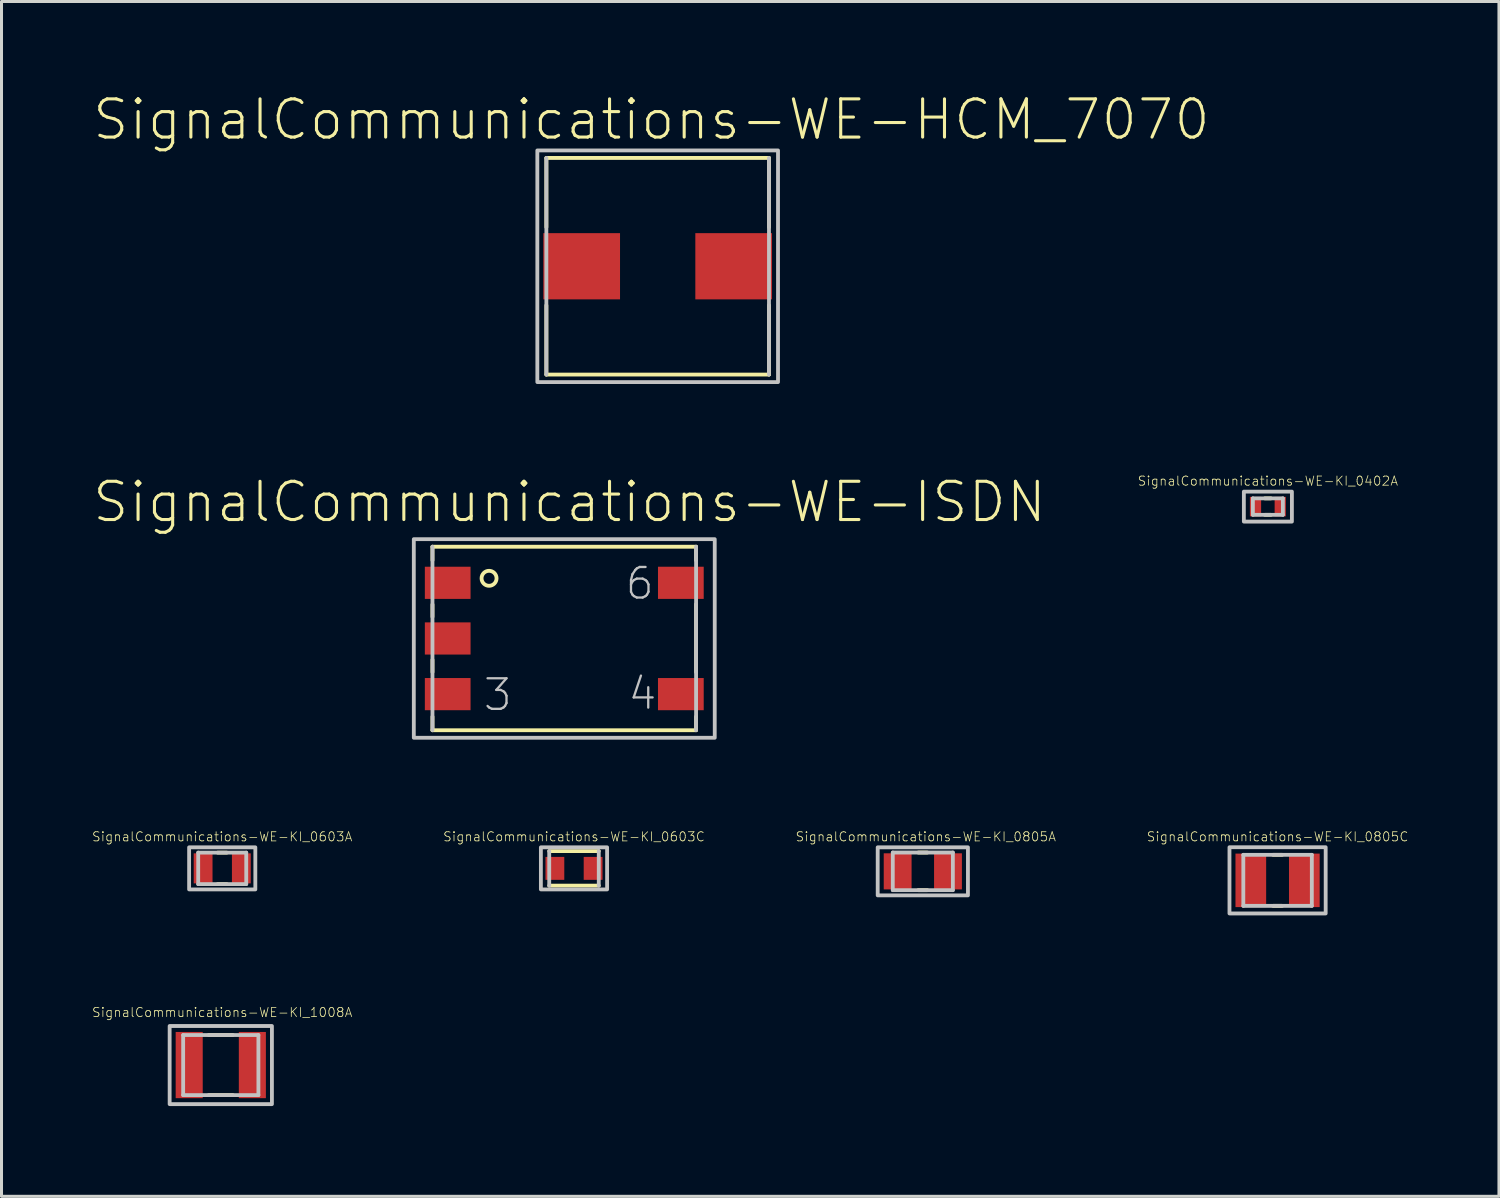
<source format=kicad_pcb>
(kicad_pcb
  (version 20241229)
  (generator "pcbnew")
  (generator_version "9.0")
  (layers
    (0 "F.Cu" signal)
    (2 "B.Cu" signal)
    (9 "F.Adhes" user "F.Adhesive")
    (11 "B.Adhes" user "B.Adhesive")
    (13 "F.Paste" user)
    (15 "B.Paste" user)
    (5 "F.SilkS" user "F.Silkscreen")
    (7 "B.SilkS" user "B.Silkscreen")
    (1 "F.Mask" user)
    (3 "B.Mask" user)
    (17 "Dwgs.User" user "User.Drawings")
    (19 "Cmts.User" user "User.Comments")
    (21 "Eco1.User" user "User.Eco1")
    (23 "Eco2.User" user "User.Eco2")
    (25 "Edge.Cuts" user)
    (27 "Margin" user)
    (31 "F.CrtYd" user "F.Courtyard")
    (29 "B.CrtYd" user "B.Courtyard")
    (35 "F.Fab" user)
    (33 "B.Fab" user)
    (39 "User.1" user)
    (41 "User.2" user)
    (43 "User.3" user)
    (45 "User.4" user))
  (footprint "SignalCommunications-WE-KI_0805C"
    (layer "F.Cu")
    (at 39.395 26.198)
    (property "Reference" "SignalCommunications-WE-KI_0805C" (at 0 -1.45 0) (layer "F.SilkS") (effects (font (size 0.305 0.305) (thickness 0.025))))
    (attr smd)
    (fp_line (start -0.15 -0.848) (end 0.15 -0.848) (stroke (width 0.127) (type solid)) (layer "F.SilkS"))
    (fp_line (start -0.15 0.848) (end 0.15 0.848) (stroke (width 0.127) (type solid)) (layer "F.SilkS"))
    (fp_line (start -1.138 -0.848) (end -1.138 0.848) (stroke (width 0.127) (type solid)) (layer "Dwgs.User"))
    (fp_line (start -1.138 -0.848) (end 1.138 -0.848) (stroke (width 0.127) (type solid)) (layer "Dwgs.User"))
    (fp_line (start -1.138 0.848) (end 1.138 0.848) (stroke (width 0.127) (type solid)) (layer "Dwgs.User"))
    (fp_line (start 1.138 -0.848) (end 1.138 0.848) (stroke (width 0.127) (type solid)) (layer "Dwgs.User"))
    (fp_poly (pts (xy -1.598 -1.1) (xy 1.598 -1.1) (xy 1.598 1.1) (xy -1.598 1.1) (xy -1.598 -1.1)) (stroke (width 0.127) (type solid)) (fill no) (layer "Dwgs.User"))
    (pad "1" smd rect (at -0.889 0) (size 1.019 1.778) (layers "F.Cu" "F.Mask" "F.Paste"))
    (pad "2" smd rect (at 0.889 0) (size 1.019 1.778) (layers "F.Cu" "F.Mask" "F.Paste")))
  (footprint "SignalCommunications-WE-KI_0402A"
    (layer "F.Cu")
    (at 39.073 13.781)
    (property "Reference" "SignalCommunications-WE-KI_0402A" (at 0 -0.851 0) (layer "F.SilkS") (effects (font (size 0.305 0.305) (thickness 0.025))))
    (attr smd)
    (fp_line (start -0.099 -0.274) (end 0.099 -0.274) (stroke (width 0.127) (type solid)) (layer "F.SilkS"))
    (fp_line (start -0.099 0.274) (end 0.099 0.274) (stroke (width 0.127) (type solid)) (layer "F.SilkS"))
    (fp_line (start -0.498 -0.274) (end -0.498 0.274) (stroke (width 0.127) (type solid)) (layer "Dwgs.User"))
    (fp_line (start -0.498 -0.274) (end 0.498 -0.274) (stroke (width 0.127) (type solid)) (layer "Dwgs.User"))
    (fp_line (start -0.498 0.274) (end 0.498 0.274) (stroke (width 0.127) (type solid)) (layer "Dwgs.User"))
    (fp_line (start 0.498 -0.274) (end 0.498 0.274) (stroke (width 0.127) (type solid)) (layer "Dwgs.User"))
    (fp_poly (pts (xy -0.798 -0.498) (xy 0.798 -0.498) (xy 0.798 0.498) (xy -0.798 0.498) (xy -0.798 -0.498)) (stroke (width 0.127) (type solid)) (fill no) (layer "Dwgs.User"))
    (pad "1" smd rect (at -0.411 0) (size 0.373 0.648) (layers "F.Cu" "F.Mask" "F.Paste"))
    (pad "2" smd rect (at 0.411 0) (size 0.373 0.648) (layers "F.Cu" "F.Mask" "F.Paste")))
  (footprint "SignalCommunications-WE-KI_0603A"
    (layer "F.Cu")
    (at 4.333 25.8)
    (property "Reference" "SignalCommunications-WE-KI_0603A" (at 0 -1.052 0) (layer "F.SilkS") (effects (font (size 0.305 0.305) (thickness 0.025))))
    (attr smd)
    (fp_line (start -0.15 -0.523) (end 0.15 -0.523) (stroke (width 0.127) (type solid)) (layer "F.SilkS"))
    (fp_line (start -0.15 0.523) (end 0.15 0.523) (stroke (width 0.127) (type solid)) (layer "F.SilkS"))
    (fp_line (start -0.798 -0.523) (end -0.798 0.523) (stroke (width 0.127) (type solid)) (layer "Dwgs.User"))
    (fp_line (start -0.798 -0.523) (end 0.798 -0.523) (stroke (width 0.127) (type solid)) (layer "Dwgs.User"))
    (fp_line (start -0.798 0.523) (end 0.798 0.523) (stroke (width 0.127) (type solid)) (layer "Dwgs.User"))
    (fp_line (start 0.798 -0.523) (end 0.798 0.523) (stroke (width 0.127) (type solid)) (layer "Dwgs.User"))
    (fp_poly (pts (xy -1.1 -0.699) (xy 1.1 -0.699) (xy 1.1 0.699) (xy -1.1 0.699) (xy -1.1 -0.699)) (stroke (width 0.127) (type solid)) (fill no) (layer "Dwgs.User"))
    (pad "1" smd rect (at -0.635 0) (size 0.625 0.998) (layers "F.Cu" "F.Mask" "F.Paste"))
    (pad "2" smd rect (at 0.635 0) (size 0.625 0.998) (layers "F.Cu" "F.Mask" "F.Paste")))
  (footprint "SignalCommunications-WE-KI_1008A"
    (layer "F.Cu")
    (at 4.285 32.335)
    (property "Reference" "SignalCommunications-WE-KI_1008A" (at 0.048 -1.75 0) (layer "F.SilkS") (effects (font (size 0.305 0.305) (thickness 0.025))))
    (attr smd)
    (fp_line (start -0.399 -0.998) (end 0.399 -0.998) (stroke (width 0.127) (type solid)) (layer "F.SilkS"))
    (fp_line (start -0.399 0.998) (end 0.399 0.998) (stroke (width 0.127) (type solid)) (layer "F.SilkS"))
    (fp_line (start -1.25 -0.998) (end -1.25 0.998) (stroke (width 0.127) (type solid)) (layer "Dwgs.User"))
    (fp_line (start -1.25 -0.998) (end 1.25 -0.998) (stroke (width 0.127) (type solid)) (layer "Dwgs.User"))
    (fp_line (start -1.25 0.998) (end 1.25 0.998) (stroke (width 0.127) (type solid)) (layer "Dwgs.User"))
    (fp_line (start 1.25 -0.998) (end 1.25 0.998) (stroke (width 0.127) (type solid)) (layer "Dwgs.User"))
    (fp_poly (pts (xy -1.699 -1.298) (xy 1.699 -1.298) (xy 1.699 1.298) (xy -1.699 1.298) (xy -1.699 -1.298)) (stroke (width 0.127) (type solid)) (fill no) (layer "Dwgs.User"))
    (pad "1" smd rect (at -1.049 0) (size 0.899 2.2) (layers "F.Cu" "F.Mask" "F.Paste"))
    (pad "2" smd rect (at 1.049 0) (size 0.899 2.2) (layers "F.Cu" "F.Mask" "F.Paste")))
  (footprint "SignalCommunications-WE-KI_0603C"
    (layer "F.Cu")
    (at 16.02 25.8)
    (property "Reference" "SignalCommunications-WE-KI_0603C" (at 0 -1.052 0) (layer "F.SilkS") (effects (font (size 0.305 0.305) (thickness 0.025))))
    (attr smd)
    (fp_line (start -0.823 -0.574) (end 0.823 -0.574) (stroke (width 0.127) (type solid)) (layer "F.SilkS"))
    (fp_line (start -0.823 0.574) (end 0.823 0.574) (stroke (width 0.127) (type solid)) (layer "F.SilkS"))
    (fp_line (start -0.823 -0.574) (end -0.823 0.574) (stroke (width 0.127) (type solid)) (layer "Dwgs.User"))
    (fp_line (start 0.823 -0.574) (end 0.823 0.574) (stroke (width 0.127) (type solid)) (layer "Dwgs.User"))
    (fp_poly (pts (xy -1.1 -0.699) (xy 1.1 -0.699) (xy 1.1 0.699) (xy -1.1 0.699) (xy -1.1 -0.699)) (stroke (width 0.127) (type solid)) (fill no) (layer "Dwgs.User"))
    (pad "1" smd rect (at -0.635 0) (size 0.625 0.762) (layers "F.Cu" "F.Mask" "F.Paste"))
    (pad "2" smd rect (at 0.635 0) (size 0.625 0.762) (layers "F.Cu" "F.Mask" "F.Paste")))
  (footprint "SignalCommunications-WE-HCM_7070"
    (layer "F.Cu")
    (at 18.8 5.796)
    (property "Reference" "SignalCommunications-WE-HCM_7070" (at -0.208 -4.874 0) (layer "F.SilkS") (effects (font (size 1.27 1.27) (thickness 0.102))))
    (attr smd)
    (fp_line (start -3.698 -3.599) (end 3.698 -3.599) (stroke (width 0.127) (type solid)) (layer "F.SilkS"))
    (fp_line (start -3.698 -1.298) (end -3.698 -3.599) (stroke (width 0.127) (type solid)) (layer "F.SilkS"))
    (fp_line (start -3.698 1.298) (end -3.698 3.599) (stroke (width 0.127) (type solid)) (layer "F.SilkS"))
    (fp_line (start -3.698 3.599) (end 3.698 3.599) (stroke (width 0.127) (type solid)) (layer "F.SilkS"))
    (fp_line (start 3.698 -1.298) (end 3.698 -3.599) (stroke (width 0.127) (type solid)) (layer "F.SilkS"))
    (fp_line (start 3.698 1.298) (end 3.698 3.599) (stroke (width 0.127) (type solid)) (layer "F.SilkS"))
    (fp_line (start -3.698 -3.599) (end -3.698 3.599) (stroke (width 0.127) (type solid)) (layer "Dwgs.User"))
    (fp_line (start 3.698 -3.599) (end 3.698 3.599) (stroke (width 0.127) (type solid)) (layer "Dwgs.User"))
    (fp_poly (pts (xy -3.998 -3.848) (xy 3.998 -3.848) (xy 3.998 3.848) (xy -3.998 3.848) (xy -3.998 -3.848)) (stroke (width 0.127) (type solid)) (fill no) (layer "Dwgs.User"))
    (pad "1" smd rect (at -2.525 0) (size 2.548 2.2) (layers "F.Cu" "F.Mask" "F.Paste"))
    (pad "2" smd rect (at 2.525 0) (size 2.548 2.2) (layers "F.Cu" "F.Mask" "F.Paste")))
  (footprint "SignalCommunications-WE-KI_0805A"
    (layer "F.Cu")
    (at 27.609 25.899)
    (property "Reference" "SignalCommunications-WE-KI_0805A" (at 0.099 -1.151 0) (layer "F.SilkS") (effects (font (size 0.305 0.305) (thickness 0.025))))
    (attr smd)
    (fp_line (start -0.15 -0.625) (end 0.15 -0.625) (stroke (width 0.127) (type solid)) (layer "F.SilkS"))
    (fp_line (start -0.15 0.625) (end 0.15 0.625) (stroke (width 0.127) (type solid)) (layer "F.SilkS"))
    (fp_line (start -0.998 -0.625) (end -0.998 0.625) (stroke (width 0.127) (type solid)) (layer "Dwgs.User"))
    (fp_line (start -0.998 -0.625) (end 0.998 -0.625) (stroke (width 0.127) (type solid)) (layer "Dwgs.User"))
    (fp_line (start -0.998 0.625) (end 0.998 0.625) (stroke (width 0.127) (type solid)) (layer "Dwgs.User"))
    (fp_line (start 0.998 0.625) (end 0.998 -0.625) (stroke (width 0.127) (type solid)) (layer "Dwgs.User"))
    (fp_poly (pts (xy -1.499 -0.798) (xy 1.499 -0.798) (xy 1.499 0.798) (xy -1.499 0.798) (xy -1.499 -0.798)) (stroke (width 0.127) (type solid)) (fill no) (layer "Dwgs.User"))
    (pad "1" smd rect (at -0.836 0) (size 0.925 1.199) (layers "F.Cu" "F.Mask" "F.Paste"))
    (pad "2" smd rect (at 0.836 0) (size 0.925 1.199) (layers "F.Cu" "F.Mask" "F.Paste")))
  (footprint "SignalCommunications-WE-ISDN"
    (layer "F.Cu")
    (at 15.697 18.162)
    (property "Reference" "SignalCommunications-WE-ISDN" (at 0.173 -4.534 0) (layer "F.SilkS") (effects (font (size 1.27 1.27) (thickness 0.102))))
    (attr smd)
    (fp_line (start -4.379 -3.048) (end 4.379 -3.048) (stroke (width 0.127) (type solid)) (layer "F.SilkS"))
    (fp_line (start -4.379 -2.598) (end -4.379 -3.048) (stroke (width 0.127) (type solid)) (layer "F.SilkS"))
    (fp_line (start -4.379 -1.128) (end -4.379 -0.719) (stroke (width 0.127) (type solid)) (layer "F.SilkS"))
    (fp_line (start -4.379 0.709) (end -4.379 1.118) (stroke (width 0.127) (type solid)) (layer "F.SilkS"))
    (fp_line (start -4.379 2.598) (end -4.379 3.048) (stroke (width 0.127) (type solid)) (layer "F.SilkS"))
    (fp_line (start -4.379 3.048) (end 4.379 3.048) (stroke (width 0.127) (type solid)) (layer "F.SilkS"))
    (fp_line (start 4.379 -2.598) (end 4.379 -3.048) (stroke (width 0.127) (type solid)) (layer "F.SilkS"))
    (fp_line (start 4.379 -1.138) (end 4.379 1.118) (stroke (width 0.127) (type solid)) (layer "F.SilkS"))
    (fp_line (start 4.379 2.598) (end 4.379 3.048) (stroke (width 0.127) (type solid)) (layer "F.SilkS"))
    (fp_circle (center -2.499 -1.999) (end -2.499 -2.248) (stroke (width 0.127) (type solid)) (fill no) (layer "F.SilkS"))
    (fp_line (start -4.379 -3.048) (end -4.379 3.048) (stroke (width 0.127) (type solid)) (layer "Dwgs.User"))
    (fp_line (start 4.379 -3.048) (end 4.379 3.048) (stroke (width 0.127) (type solid)) (layer "Dwgs.User"))
    (fp_poly (pts (xy -4.999 -3.299) (xy 4.999 -3.299) (xy 4.999 3.299) (xy -4.999 3.299) (xy -4.999 -3.299)) (stroke (width 0.127) (type solid)) (fill no) (layer "Dwgs.User"))
    (fp_text user "6" (at 2.507 -1.826 0) (layer "Dwgs.User") (effects (font (size 1.016 1.016) (thickness 0.076))))
    (fp_text user "4" (at 2.596 1.831 0) (layer "Dwgs.User") (effects (font (size 1.016 1.016) (thickness 0.076))))
    (fp_text user "3" (at -2.21 1.872 0) (layer "Dwgs.User") (effects (font (size 1.016 1.016) (thickness 0.076))))
    (pad "1" smd rect (at -3.873 -1.849) (size 1.519 1.069) (layers "F.Cu" "F.Mask" "F.Paste"))
    (pad "2" smd rect (at -3.873 0) (size 1.519 1.069) (layers "F.Cu" "F.Mask" "F.Paste"))
    (pad "3" smd rect (at -3.873 1.849) (size 1.519 1.069) (layers "F.Cu" "F.Mask" "F.Paste"))
    (pad "4" smd rect (at 3.873 1.849) (size 1.519 1.069) (layers "F.Cu" "F.Mask" "F.Paste"))
    (pad "6" smd rect (at 3.873 -1.849) (size 1.519 1.069) (layers "F.Cu" "F.Mask" "F.Paste")))
  (gr_rect
    (start -3 -3)
    (end 46.75 36.696)
    (stroke (width 0.1) (type default))
    (fill no)
    (layer "Edge.Cuts")))
</source>
